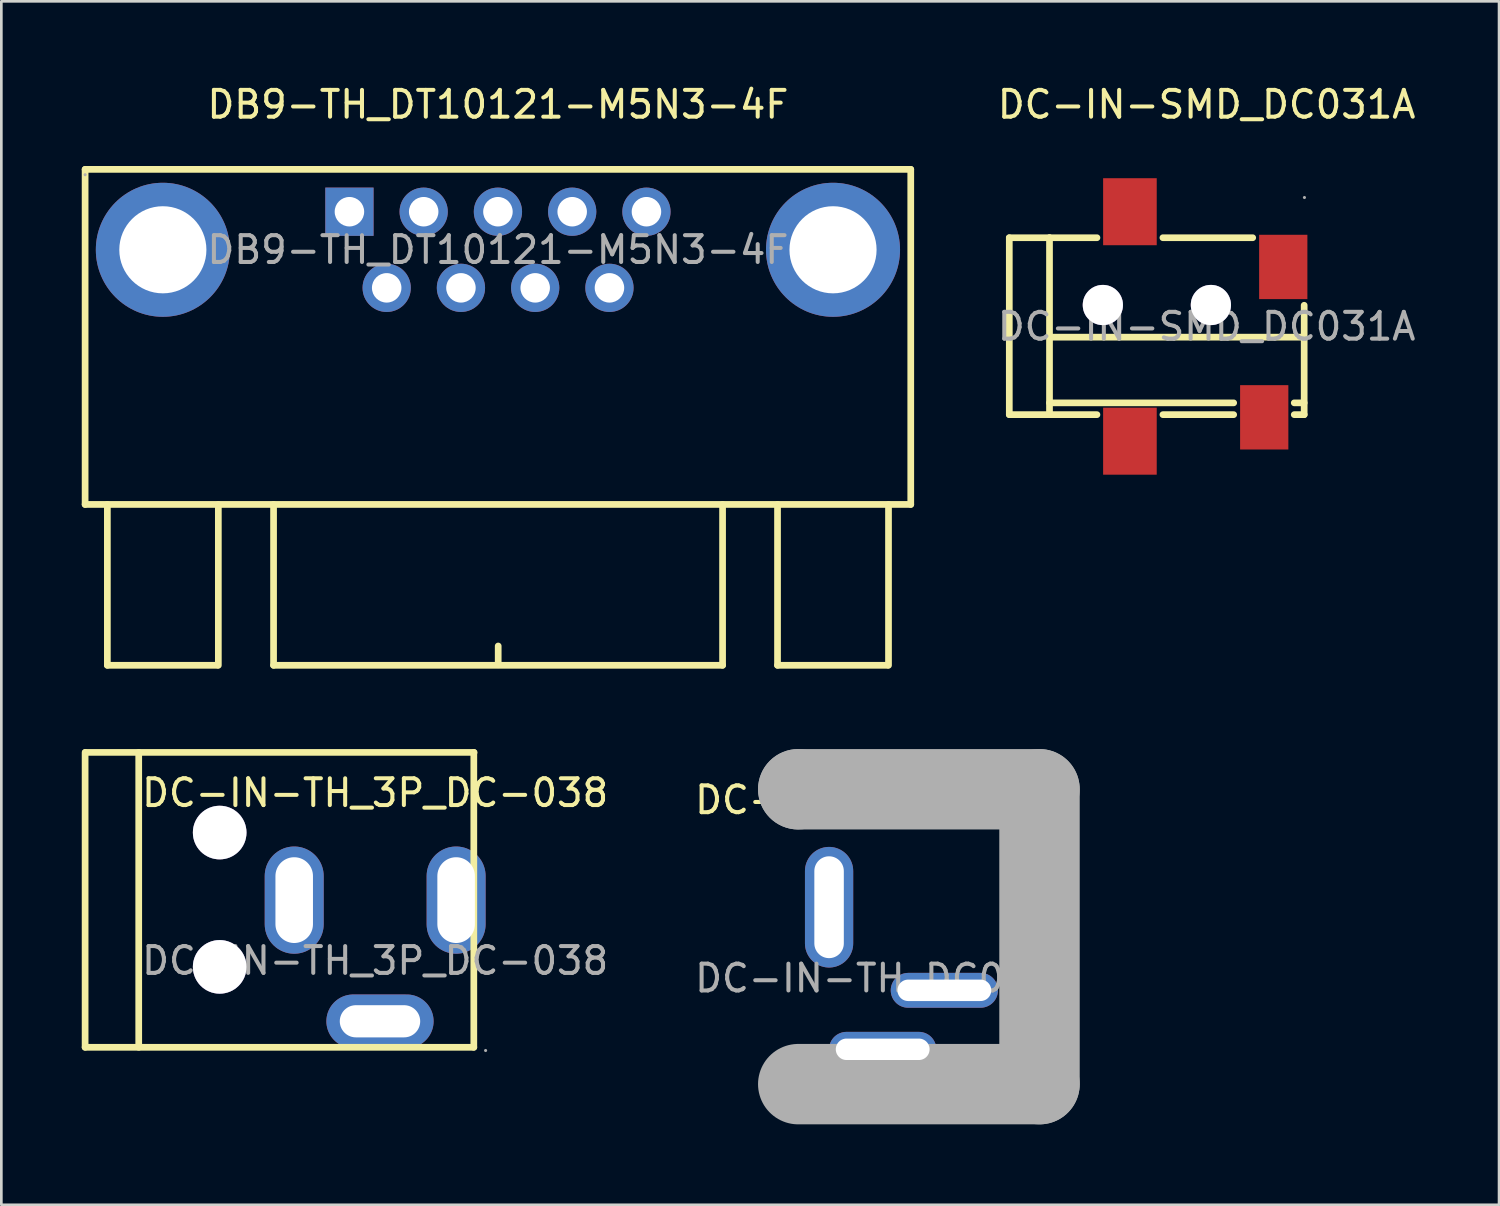
<source format=kicad_pcb>
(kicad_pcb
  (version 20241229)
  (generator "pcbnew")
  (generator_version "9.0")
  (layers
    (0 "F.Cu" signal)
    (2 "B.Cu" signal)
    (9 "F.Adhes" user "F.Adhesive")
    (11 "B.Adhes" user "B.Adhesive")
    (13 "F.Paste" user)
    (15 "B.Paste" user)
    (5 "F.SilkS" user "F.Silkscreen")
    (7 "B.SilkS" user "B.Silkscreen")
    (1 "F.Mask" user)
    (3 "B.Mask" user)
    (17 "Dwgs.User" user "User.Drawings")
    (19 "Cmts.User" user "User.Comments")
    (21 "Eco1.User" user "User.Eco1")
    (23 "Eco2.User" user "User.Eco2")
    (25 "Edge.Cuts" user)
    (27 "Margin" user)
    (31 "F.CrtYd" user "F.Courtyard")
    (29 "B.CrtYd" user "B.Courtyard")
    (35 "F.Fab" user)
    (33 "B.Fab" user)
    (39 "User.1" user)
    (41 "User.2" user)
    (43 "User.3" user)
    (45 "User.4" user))
  (footprint "DB9-TH_DT10121-M5N3-4F"
    (layer "F.Cu")
    (at 15.525 6.268)
    (property "Reference" "DB9-TH_DT10121-M5N3-4F" (at 0 -5.42 0) (layer "F.SilkS") (effects (font (size 1 1) (thickness 0.15))))
    (attr through_hole)
    (fp_line (start -15.4 -3) (end -15.4 9.5) (stroke (width 0.25) (type solid)) (layer "F.SilkS"))
    (fp_line (start -15.4 9.5) (end 15.4 9.5) (stroke (width 0.25) (type solid)) (layer "F.SilkS"))
    (fp_line (start -14.57 9.5) (end -14.57 15.5) (stroke (width 0.25) (type solid)) (layer "F.SilkS"))
    (fp_line (start -14.57 15.5) (end -10.46 15.5) (stroke (width 0.25) (type solid)) (layer "F.SilkS"))
    (fp_line (start -10.43 9.5) (end -10.43 15.5) (stroke (width 0.25) (type solid)) (layer "F.SilkS"))
    (fp_line (start -8.37 9.5) (end -8.37 15.5) (stroke (width 0.25) (type solid)) (layer "F.SilkS"))
    (fp_line (start -8.37 15.5) (end 8.38 15.5) (stroke (width 0.25) (type solid)) (layer "F.SilkS"))
    (fp_line (start 0.01 14.78) (end 0.01 15.48) (stroke (width 0.25) (type solid)) (layer "F.SilkS"))
    (fp_line (start 8.38 15.5) (end 8.38 9.5) (stroke (width 0.25) (type solid)) (layer "F.SilkS"))
    (fp_line (start 10.43 15.5) (end 10.43 9.5) (stroke (width 0.25) (type solid)) (layer "F.SilkS"))
    (fp_line (start 14.54 15.5) (end 10.43 15.5) (stroke (width 0.25) (type solid)) (layer "F.SilkS"))
    (fp_line (start 14.57 9.5) (end 14.57 15.5) (stroke (width 0.25) (type solid)) (layer "F.SilkS"))
    (fp_line (start 15.4 -3) (end -15.4 -3) (stroke (width 0.25) (type solid)) (layer "F.SilkS"))
    (fp_line (start 15.4 9.5) (end 15.4 -3) (stroke (width 0.25) (type solid)) (layer "F.SilkS"))
    (fp_circle (center -15.4 -2.8) (end -15.37 -2.8) (stroke (width 0.06) (type solid)) (fill no) (layer "F.Fab"))
    (fp_text user "${REFERENCE}" (at 0 0 0) (layer "F.Fab") (effects (font (size 1 1) (thickness 0.15))))
    (pad "1" thru_hole rect (at -5.54 -1.42) (size 1.8 1.8) (drill 1.1) (layers "*.Cu" "*.Paste" "*.Mask"))
    (pad "2" thru_hole circle (at -2.77 -1.42) (size 1.8 1.8) (drill 1.1) (layers "*.Cu" "*.Paste" "*.Mask"))
    (pad "3" thru_hole circle (at 0 -1.42) (size 1.8 1.8) (drill 1.1) (layers "*.Cu" "*.Paste" "*.Mask"))
    (pad "4" thru_hole circle (at 2.77 -1.42) (size 1.8 1.8) (drill 1.1) (layers "*.Cu" "*.Paste" "*.Mask"))
    (pad "5" thru_hole circle (at 5.54 -1.42) (size 1.8 1.8) (drill 1.1) (layers "*.Cu" "*.Paste" "*.Mask"))
    (pad "6" thru_hole circle (at -4.15 1.42) (size 1.8 1.8) (drill 1.1) (layers "*.Cu" "*.Paste" "*.Mask"))
    (pad "7" thru_hole circle (at -1.38 1.42) (size 1.8 1.8) (drill 1.1) (layers "*.Cu" "*.Paste" "*.Mask"))
    (pad "8" thru_hole circle (at 1.39 1.42) (size 1.8 1.8) (drill 1.1) (layers "*.Cu" "*.Paste" "*.Mask"))
    (pad "9" thru_hole circle (at 4.16 1.42) (size 1.8 1.8) (drill 1.1) (layers "*.Cu" "*.Paste" "*.Mask"))
    (pad "10" thru_hole circle (at -12.5 0) (size 5 5) (drill 3.25) (layers "*.Cu" "*.Paste" "*.Mask"))
    (pad "11" thru_hole circle (at 12.5 0) (size 5 5) (drill 3.25) (layers "*.Cu" "*.Paste" "*.Mask")))
  (footprint "DC-IN-TH_3P_DC-038"
    (layer "F.Cu")
    (at 10.945 32.788)
    (property "Reference" "DC-IN-TH_3P_DC-038" (at 0 -6.26 0) (layer "F.SilkS") (effects (font (size 1 1) (thickness 0.15))))
    (attr through_hole)
    (fp_line (start -10.82 -7.77) (end -10.82 3.23) (stroke (width 0.25) (type solid)) (layer "F.SilkS"))
    (fp_line (start -10.82 3.23) (end 3.68 3.23) (stroke (width 0.25) (type solid)) (layer "F.SilkS"))
    (fp_line (start -10.81 -7.77) (end 3.69 -7.77) (stroke (width 0.25) (type solid)) (layer "F.SilkS"))
    (fp_line (start -8.82 -7.77) (end -8.82 3.23) (stroke (width 0.25) (type solid)) (layer "F.SilkS"))
    (fp_line (start 3.68 -7.77) (end 3.68 3.23) (stroke (width 0.25) (type solid)) (layer "F.SilkS"))
    (fp_circle (center -5.8 -4.78) (end -5.35 -4.78) (stroke (width 0.9) (type solid)) (fill no) (layer "F.Fab"))
    (fp_circle (center -5.8 0.23) (end -5.35 0.23) (stroke (width 0.9) (type solid)) (fill no) (layer "F.Fab"))
    (fp_circle (center 4.12 3.35) (end 4.15 3.35) (stroke (width 0.06) (type solid)) (fill no) (layer "F.Fab"))
    (fp_text user "${REFERENCE}" (at 0 0 0) (layer "F.Fab") (effects (font (size 1 1) (thickness 0.15))))
    (pad "" thru_hole circle (at -5.8 -4.78) (size 2 2) (drill 2) (layers "*.Cu" "*.Mask"))
    (pad "" thru_hole circle (at -5.8 0.23) (size 2 2) (drill 2) (layers "*.Cu" "*.Mask"))
    (pad "2" thru_hole oval (at 0.18 2.26) (size 4 2) (drill oval 3 1.2) (layers "*.Cu" "*.Paste" "*.Mask"))
    (pad "3" thru_hole oval (at -3.02 -2.26 90) (size 4 2.2) (drill oval 3.2 1.4) (layers "*.Cu" "*.Paste" "*.Mask"))
    (pad "4" thru_hole oval (at 3.02 -2.26 90) (size 4 2.2) (drill oval 3.2 1.4) (layers "*.Cu" "*.Paste" "*.Mask")))
  (footprint "DC-IN-SMD_DC031A"
    (layer "F.Cu")
    (at 41.961 9.128)
    (property "Reference" "DC-IN-SMD_DC031A" (at 0 -8.28 0) (layer "F.SilkS") (effects (font (size 1 1) (thickness 0.15))))
    (attr through_hole)
    (fp_line (start -7.36 -3.31) (end -7.36 3.29) (stroke (width 0.25) (type solid)) (layer "F.SilkS"))
    (fp_line (start -7.36 -3.31) (end -5.86 -3.31) (stroke (width 0.25) (type solid)) (layer "F.SilkS"))
    (fp_line (start -7.36 3.29) (end -5.86 3.29) (stroke (width 0.25) (type solid)) (layer "F.SilkS"))
    (fp_line (start -5.86 -3.31) (end -5.86 3.29) (stroke (width 0.25) (type solid)) (layer "F.SilkS"))
    (fp_line (start -5.86 -3.31) (end -4.09 -3.31) (stroke (width 0.25) (type solid)) (layer "F.SilkS"))
    (fp_line (start -5.86 2.85) (end 1.01 2.85) (stroke (width 0.25) (type solid)) (layer "F.SilkS"))
    (fp_line (start -5.86 3.29) (end -4.09 3.29) (stroke (width 0.25) (type solid)) (layer "F.SilkS"))
    (fp_line (start -5.8 0.4) (end 3.6 0.4) (stroke (width 0.25) (type solid)) (layer "F.SilkS"))
    (fp_line (start -1.63 -3.31) (end 1.72 -3.31) (stroke (width 0.25) (type solid)) (layer "F.SilkS"))
    (fp_line (start -1.63 3.29) (end 1.01 3.29) (stroke (width 0.25) (type solid)) (layer "F.SilkS"))
    (fp_line (start 3.27 2.85) (end 3.64 2.85) (stroke (width 0.25) (type solid)) (layer "F.SilkS"))
    (fp_line (start 3.27 3.29) (end 3.64 3.29) (stroke (width 0.25) (type solid)) (layer "F.SilkS"))
    (fp_line (start 3.64 3.29) (end 3.64 -0.79) (stroke (width 0.25) (type solid)) (layer "F.SilkS"))
    (fp_circle (center -3.87 -0.8) (end -3.62 -0.8) (stroke (width 0.5) (type solid)) (fill no) (layer "Cmts.User"))
    (fp_circle (center 0.16 -0.8) (end 0.41 -0.8) (stroke (width 0.5) (type solid)) (fill no) (layer "Cmts.User"))
    (fp_circle (center 3.65 -4.81) (end 3.68 -4.81) (stroke (width 0.06) (type solid)) (fill no) (layer "F.Fab"))
    (fp_text user "${REFERENCE}" (at 0 0 0) (layer "F.Fab") (effects (font (size 1 1) (thickness 0.15))))
    (pad "" thru_hole circle (at -3.87 -0.8) (size 1.5 1.5) (drill 1.5) (layers "*.Cu" "*.Mask"))
    (pad "" thru_hole circle (at 0.16 -0.8) (size 1.5 1.5) (drill 1.5) (layers "*.Cu" "*.Mask"))
    (pad "2" smd rect (at 2.86 -2.22) (size 1.8 2.4) (layers "F.Cu" "F.Mask" "F.Paste"))
    (pad "3" smd rect (at 2.15 3.39) (size 1.8 2.4) (layers "F.Cu" "F.Mask" "F.Paste"))
    (pad "4" smd rect (at -2.86 -4.28) (size 2 2.5) (layers "F.Cu" "F.Mask" "F.Paste"))
    (pad "4" smd rect (at -2.86 4.28) (size 2 2.5) (layers "F.Cu" "F.Mask" "F.Paste")))
  (footprint "DC-IN-TH_DC012A"
    (layer "F.Cu")
    (at 30.028 33.443)
    (property "Reference" "DC-IN-TH_DC012A" (at 0 -6.65 0) (layer "F.SilkS") (effects (font (size 1 1) (thickness 0.15))))
    (attr through_hole)
    (fp_line (start -3.3 -7.05) (end -3.3 -7.05) (stroke (width 3) (type solid)) (layer "F.Fab"))
    (fp_line (start -3.3 -7.05) (end 5.7 -7.05) (stroke (width 3) (type solid)) (layer "F.Fab"))
    (fp_line (start 5.7 -7.05) (end 5.7 3.95) (stroke (width 3) (type solid)) (layer "F.Fab"))
    (fp_line (start 5.7 3.95) (end -3.3 3.95) (stroke (width 3) (type solid)) (layer "F.Fab"))
    (fp_circle (center -3.43 -7.18) (end -3.4 -7.18) (stroke (width 0.06) (type solid)) (fill no) (layer "F.Fab"))
    (fp_text user "${REFERENCE}" (at 0 0 0) (layer "F.Fab") (effects (font (size 1 1) (thickness 0.15))))
    (pad "1" thru_hole oval (at -2.15 -2.65 90) (size 4.5 1.8) (drill oval 3.8 1.1) (layers "*.Cu" "*.Paste" "*.Mask"))
    (pad "2" thru_hole oval (at -0.15 2.65 180) (size 4 1.3) (drill oval 3.5 0.8) (layers "*.Cu" "*.Paste" "*.Mask"))
    (pad "3" thru_hole oval (at 2.15 0.45 180) (size 4 1.3) (drill oval 3.5 0.8) (layers "*.Cu" "*.Paste" "*.Mask")))
  (gr_rect
    (start -3 -3)
    (end 52.871 41.893)
    (stroke (width 0.1) (type default))
    (fill no)
    (layer "Edge.Cuts")))
</source>
